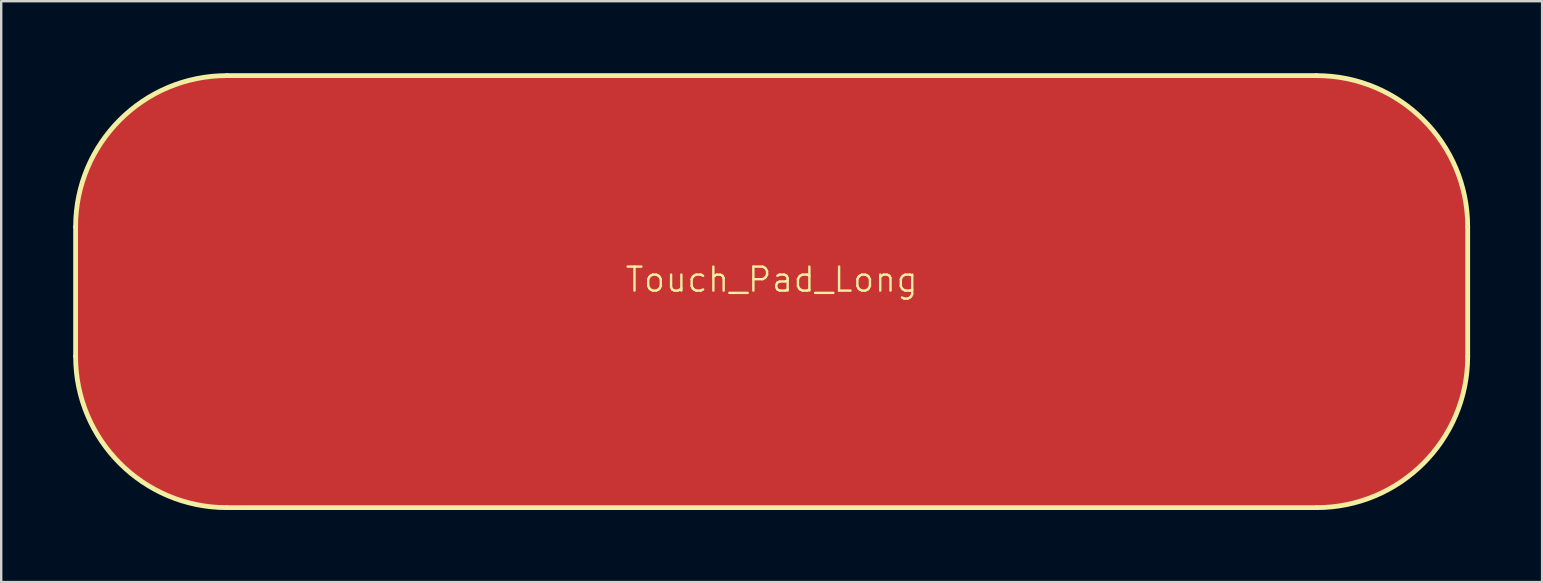
<source format=kicad_pcb>
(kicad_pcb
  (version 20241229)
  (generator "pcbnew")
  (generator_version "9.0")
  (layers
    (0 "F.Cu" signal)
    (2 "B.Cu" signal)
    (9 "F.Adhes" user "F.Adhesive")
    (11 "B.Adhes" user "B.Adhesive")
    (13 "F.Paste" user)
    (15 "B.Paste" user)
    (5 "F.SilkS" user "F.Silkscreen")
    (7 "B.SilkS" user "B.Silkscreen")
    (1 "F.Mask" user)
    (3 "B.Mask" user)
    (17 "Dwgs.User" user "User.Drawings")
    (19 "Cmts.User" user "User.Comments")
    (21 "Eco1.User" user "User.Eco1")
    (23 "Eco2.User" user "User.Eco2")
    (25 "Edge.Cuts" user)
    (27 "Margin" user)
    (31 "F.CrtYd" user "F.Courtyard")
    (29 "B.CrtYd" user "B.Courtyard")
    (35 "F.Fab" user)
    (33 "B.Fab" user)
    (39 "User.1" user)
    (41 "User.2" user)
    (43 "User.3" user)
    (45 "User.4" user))
  (footprint "Touch_Pad_Long"
    (layer "F.Cu")
    (at 29.1 9.1)
    (property "Reference" "Touch_Pad_Long" (at 0 -0.5 0) (unlocked yes) (layer "F.SilkS") (effects (font (size 1 1) (thickness 0.1))))
    (attr smd exclude_from_pos_files exclude_from_bom)
    (fp_line (start -29 2.7) (end -29 -2.7) (stroke (width 0.2) (type default)) (layer "F.SilkS"))
    (fp_line (start -22.7 -9) (end 22.7 -9) (stroke (width 0.2) (type default)) (layer "F.SilkS"))
    (fp_line (start 22.7 9) (end -22.7 9) (stroke (width 0.2) (type default)) (layer "F.SilkS"))
    (fp_line (start 29 -2.7) (end 29 2.7) (stroke (width 0.2) (type default)) (layer "F.SilkS"))
    (fp_arc (start -29 -2.7) (mid -27.154773 -7.154773) (end -22.7 -9) (stroke (width 0.2) (type default)) (layer "F.SilkS"))
    (fp_arc (start -22.7 9) (mid -27.154773 7.154773) (end -29 2.7) (stroke (width 0.2) (type default)) (layer "F.SilkS"))
    (fp_arc (start 22.7 -9) (mid 27.154773 -7.154773) (end 29 -2.7) (stroke (width 0.2) (type default)) (layer "F.SilkS"))
    (fp_arc (start 29 2.7) (mid 27.154773 7.154773) (end 22.7 9) (stroke (width 0.2) (type default)) (layer "F.SilkS"))
    (pad "1" smd roundrect (at 0 0) (size 58 18) (layers "F.Cu") (roundrect_rratio 0.35)))
  (gr_rect
    (start -3 -3)
    (end 61.2 21.2)
    (stroke (width 0.1) (type default))
    (fill no)
    (layer "Edge.Cuts")))
</source>
